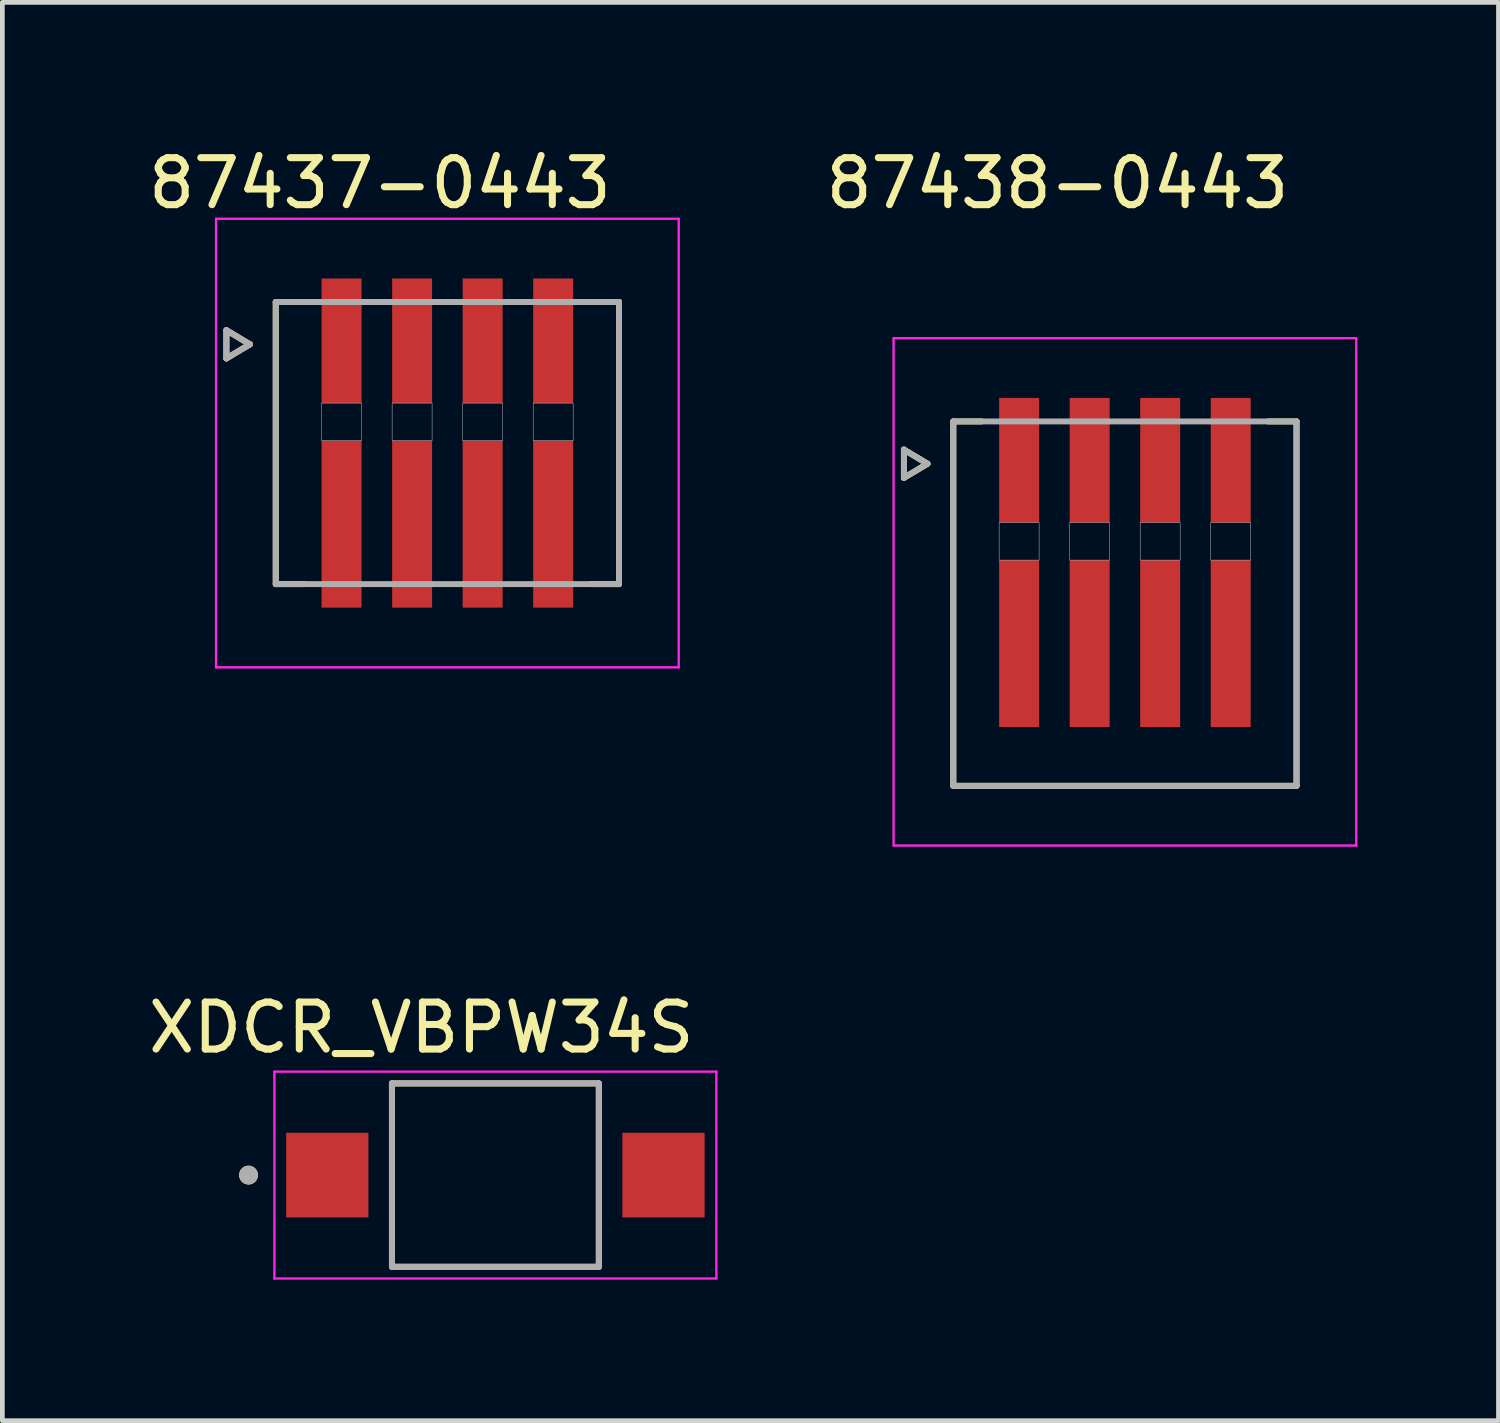
<source format=kicad_pcb>
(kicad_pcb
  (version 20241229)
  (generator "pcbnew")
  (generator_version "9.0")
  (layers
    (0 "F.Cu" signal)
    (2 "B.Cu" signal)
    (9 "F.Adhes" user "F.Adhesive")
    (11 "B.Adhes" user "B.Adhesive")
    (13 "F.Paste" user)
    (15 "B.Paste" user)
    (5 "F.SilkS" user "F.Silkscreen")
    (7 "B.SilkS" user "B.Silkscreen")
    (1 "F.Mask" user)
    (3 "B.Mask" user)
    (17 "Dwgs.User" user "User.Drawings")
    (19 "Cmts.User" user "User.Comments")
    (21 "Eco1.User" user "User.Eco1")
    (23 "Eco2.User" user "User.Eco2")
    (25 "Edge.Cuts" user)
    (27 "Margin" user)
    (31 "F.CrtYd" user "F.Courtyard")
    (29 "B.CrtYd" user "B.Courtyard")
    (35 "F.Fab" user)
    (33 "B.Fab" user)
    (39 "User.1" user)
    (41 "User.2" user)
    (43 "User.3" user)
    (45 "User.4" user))
  (footprint "87438-0443"
    (layer "F.Cu")
    (at 20.875 9.788)
    (property "Reference" "87438-0443" (at -1.435 -8.94 0) (layer "F.SilkS") (effects (font (size 1 1) (thickness 0.15))))
    (attr through_hole)
    (fp_poly (pts (xy -2.751 -4.451) (xy -1.749 -4.451) (xy -1.749 -1.649) (xy -2.751 -1.649)) (stroke (width 0.01) (type solid)) (fill yes) (layer "F.Mask"))
    (fp_poly (pts (xy -2.751 -1.001) (xy -1.749 -1.001) (xy -1.749 2.701) (xy -2.751 2.701)) (stroke (width 0.01) (type solid)) (fill yes) (layer "F.Mask"))
    (fp_poly (pts (xy -1.251 -4.451) (xy -0.249 -4.451) (xy -0.249 -1.649) (xy -1.251 -1.649)) (stroke (width 0.01) (type solid)) (fill yes) (layer "F.Mask"))
    (fp_poly (pts (xy -1.251 -1.001) (xy -0.249 -1.001) (xy -0.249 2.701) (xy -1.251 2.701)) (stroke (width 0.01) (type solid)) (fill yes) (layer "F.Mask"))
    (fp_poly (pts (xy 0.249 -4.451) (xy 1.251 -4.451) (xy 1.251 -1.649) (xy 0.249 -1.649)) (stroke (width 0.01) (type solid)) (fill yes) (layer "F.Mask"))
    (fp_poly (pts (xy 0.249 -1.001) (xy 1.251 -1.001) (xy 1.251 2.701) (xy 0.249 2.701)) (stroke (width 0.01) (type solid)) (fill yes) (layer "F.Mask"))
    (fp_poly (pts (xy 1.749 -4.451) (xy 2.751 -4.451) (xy 2.751 -1.649) (xy 1.749 -1.649)) (stroke (width 0.01) (type solid)) (fill yes) (layer "F.Mask"))
    (fp_poly (pts (xy 1.749 -1.001) (xy 2.751 -1.001) (xy 2.751 2.701) (xy 1.749 2.701)) (stroke (width 0.01) (type solid)) (fill yes) (layer "F.Mask"))
    (fp_line (start -4.7 -3.275) (end -4.7 -2.675) (stroke (width 0.127) (type solid)) (layer "F.SilkS"))
    (fp_line (start -4.7 -2.675) (end -4.2 -2.975) (stroke (width 0.127) (type solid)) (layer "F.SilkS"))
    (fp_line (start -4.2 -2.975) (end -4.7 -3.275) (stroke (width 0.127) (type solid)) (layer "F.SilkS"))
    (fp_line (start -3.65 3.875) (end -3.65 -3.875) (stroke (width 0.127) (type solid)) (layer "F.SilkS"))
    (fp_line (start -3.65 3.875) (end 3.65 3.875) (stroke (width 0.127) (type solid)) (layer "F.SilkS"))
    (fp_line (start -3.05 -3.875) (end -3.65 -3.875) (stroke (width 0.127) (type solid)) (layer "F.SilkS"))
    (fp_line (start 3.65 -3.875) (end 3.05 -3.875) (stroke (width 0.127) (type solid)) (layer "F.SilkS"))
    (fp_line (start 3.65 3.875) (end 3.65 -3.875) (stroke (width 0.127) (type solid)) (layer "F.SilkS"))
    (fp_poly (pts (xy -2.675 -1.725) (xy -1.825 -1.725) (xy -1.825 -0.925) (xy -2.675 -0.925)) (stroke (width 0.01) (type solid)) (fill no) (layer "Dwgs.User"))
    (fp_poly (pts (xy -1.175 -1.725) (xy -0.325 -1.725) (xy -0.325 -0.925) (xy -1.175 -0.925)) (stroke (width 0.01) (type solid)) (fill no) (layer "Dwgs.User"))
    (fp_poly (pts (xy 0.325 -1.725) (xy 1.175 -1.725) (xy 1.175 -0.925) (xy 0.325 -0.925)) (stroke (width 0.01) (type solid)) (fill no) (layer "Dwgs.User"))
    (fp_poly (pts (xy 1.825 -1.725) (xy 2.675 -1.725) (xy 2.675 -0.925) (xy 1.825 -0.925)) (stroke (width 0.01) (type solid)) (fill no) (layer "Dwgs.User"))
    (fp_line (start -4.92 -5.645) (end 4.92 -5.645) (stroke (width 0.05) (type solid)) (layer "F.CrtYd"))
    (fp_line (start -4.92 5.145) (end -4.92 -5.645) (stroke (width 0.05) (type solid)) (layer "F.CrtYd"))
    (fp_line (start 4.92 -5.645) (end 4.92 5.145) (stroke (width 0.05) (type solid)) (layer "F.CrtYd"))
    (fp_line (start 4.92 5.145) (end -4.92 5.145) (stroke (width 0.05) (type solid)) (layer "F.CrtYd"))
    (fp_line (start -4.7 -3.275) (end -4.2 -2.975) (stroke (width 0.127) (type solid)) (layer "F.Fab"))
    (fp_line (start -4.7 -2.675) (end -4.7 -3.275) (stroke (width 0.127) (type solid)) (layer "F.Fab"))
    (fp_line (start -4.2 -2.975) (end -4.7 -2.675) (stroke (width 0.127) (type solid)) (layer "F.Fab"))
    (fp_line (start -3.65 -3.875) (end 3.65 -3.875) (stroke (width 0.127) (type solid)) (layer "F.Fab"))
    (fp_line (start -3.65 3.875) (end -3.65 -3.875) (stroke (width 0.127) (type solid)) (layer "F.Fab"))
    (fp_line (start 3.65 -3.875) (end 3.65 3.875) (stroke (width 0.127) (type solid)) (layer "F.Fab"))
    (fp_line (start 3.65 3.875) (end -3.65 3.875) (stroke (width 0.127) (type solid)) (layer "F.Fab"))
    (pad "1_1" smd rect (at -2.25 -3.05) (size 0.85 2.65) (layers "F.Cu" "F.Paste"))
    (pad "1_2" smd rect (at -2.25 0.85) (size 0.85 3.55) (layers "F.Cu" "F.Paste"))
    (pad "2_1" smd rect (at -0.75 -3.05) (size 0.85 2.65) (layers "F.Cu" "F.Paste"))
    (pad "2_2" smd rect (at -0.75 0.85) (size 0.85 3.55) (layers "F.Cu" "F.Paste"))
    (pad "3_1" smd rect (at 0.75 -3.05) (size 0.85 2.65) (layers "F.Cu" "F.Paste"))
    (pad "3_2" smd rect (at 0.75 0.85) (size 0.85 3.55) (layers "F.Cu" "F.Paste"))
    (pad "4_1" smd rect (at 2.25 -3.05) (size 0.85 2.65) (layers "F.Cu" "F.Paste"))
    (pad "4_2" smd rect (at 2.25 0.85) (size 0.85 3.55) (layers "F.Cu" "F.Paste")))
  (footprint "XDCR_VBPW34S"
    (layer "F.Cu")
    (at 7.486 21.942)
    (property "Reference" "XDCR_VBPW34S" (at -1.575 -3.135 0) (layer "F.SilkS") (effects (font (size 1 1) (thickness 0.15))))
    (attr through_hole)
    (fp_line (start -2.2 -1.95) (end -2.2 1.95) (stroke (width 0.127) (type solid)) (layer "F.SilkS"))
    (fp_line (start -2.2 1.95) (end 2.2 1.95) (stroke (width 0.127) (type solid)) (layer "F.SilkS"))
    (fp_line (start 2.2 -1.95) (end -2.2 -1.95) (stroke (width 0.127) (type solid)) (layer "F.SilkS"))
    (fp_line (start 2.2 1.95) (end 2.2 -1.95) (stroke (width 0.127) (type solid)) (layer "F.SilkS"))
    (fp_circle (center -5.25 0) (end -5.15 0) (stroke (width 0.2) (type solid)) (fill no) (layer "F.SilkS"))
    (fp_line (start -4.7 -2.2) (end 4.7 -2.2) (stroke (width 0.05) (type solid)) (layer "F.CrtYd"))
    (fp_line (start -4.7 2.2) (end -4.7 -2.2) (stroke (width 0.05) (type solid)) (layer "F.CrtYd"))
    (fp_line (start 4.7 -2.2) (end 4.7 2.2) (stroke (width 0.05) (type solid)) (layer "F.CrtYd"))
    (fp_line (start 4.7 2.2) (end -4.7 2.2) (stroke (width 0.05) (type solid)) (layer "F.CrtYd"))
    (fp_line (start -2.2 -1.95) (end 2.2 -1.95) (stroke (width 0.127) (type solid)) (layer "F.Fab"))
    (fp_line (start -2.2 1.95) (end -2.2 -1.95) (stroke (width 0.127) (type solid)) (layer "F.Fab"))
    (fp_line (start 2.2 -1.95) (end 2.2 1.95) (stroke (width 0.127) (type solid)) (layer "F.Fab"))
    (fp_line (start 2.2 1.95) (end -2.2 1.95) (stroke (width 0.127) (type solid)) (layer "F.Fab"))
    (fp_circle (center -5.25 0) (end -5.15 0) (stroke (width 0.2) (type solid)) (fill no) (layer "F.Fab"))
    (pad "A" smd rect (at 3.575 0) (size 1.75 1.8) (layers "F.Cu" "F.Mask" "F.Paste"))
    (pad "K" smd rect (at -3.575 0) (size 1.75 1.8) (layers "F.Cu" "F.Mask" "F.Paste")))
  (footprint "87437-0443"
    (layer "F.Cu")
    (at 6.465 6.373)
    (property "Reference" "87437-0443" (at -1.435 -5.525 0) (layer "F.SilkS") (effects (font (size 1 1) (thickness 0.15))))
    (attr through_hole)
    (fp_poly (pts (xy -2.751 -3.576) (xy -1.749 -3.576) (xy -1.749 -0.774) (xy -2.751 -0.774)) (stroke (width 0.01) (type solid)) (fill yes) (layer "F.Mask"))
    (fp_poly (pts (xy -2.751 -0.126) (xy -1.749 -0.126) (xy -1.749 3.576) (xy -2.751 3.576)) (stroke (width 0.01) (type solid)) (fill yes) (layer "F.Mask"))
    (fp_poly (pts (xy -1.251 -3.576) (xy -0.249 -3.576) (xy -0.249 -0.774) (xy -1.251 -0.774)) (stroke (width 0.01) (type solid)) (fill yes) (layer "F.Mask"))
    (fp_poly (pts (xy -1.251 -0.126) (xy -0.249 -0.126) (xy -0.249 3.576) (xy -1.251 3.576)) (stroke (width 0.01) (type solid)) (fill yes) (layer "F.Mask"))
    (fp_poly (pts (xy 0.249 -3.576) (xy 1.251 -3.576) (xy 1.251 -0.774) (xy 0.249 -0.774)) (stroke (width 0.01) (type solid)) (fill yes) (layer "F.Mask"))
    (fp_poly (pts (xy 0.249 -0.126) (xy 1.251 -0.126) (xy 1.251 3.576) (xy 0.249 3.576)) (stroke (width 0.01) (type solid)) (fill yes) (layer "F.Mask"))
    (fp_poly (pts (xy 1.749 -3.576) (xy 2.751 -3.576) (xy 2.751 -0.774) (xy 1.749 -0.774)) (stroke (width 0.01) (type solid)) (fill yes) (layer "F.Mask"))
    (fp_poly (pts (xy 1.749 -0.126) (xy 2.751 -0.126) (xy 2.751 3.576) (xy 1.749 3.576)) (stroke (width 0.01) (type solid)) (fill yes) (layer "F.Mask"))
    (fp_line (start -4.7 -2.4) (end -4.7 -1.8) (stroke (width 0.127) (type solid)) (layer "F.SilkS"))
    (fp_line (start -4.7 -1.8) (end -4.2 -2.1) (stroke (width 0.127) (type solid)) (layer "F.SilkS"))
    (fp_line (start -4.2 -2.1) (end -4.7 -2.4) (stroke (width 0.127) (type solid)) (layer "F.SilkS"))
    (fp_line (start -3.65 3) (end -3.65 -3) (stroke (width 0.127) (type solid)) (layer "F.SilkS"))
    (fp_line (start -3.65 3) (end -3.05 3) (stroke (width 0.127) (type solid)) (layer "F.SilkS"))
    (fp_line (start -3.05 -3) (end -3.65 -3) (stroke (width 0.127) (type solid)) (layer "F.SilkS"))
    (fp_line (start 3.65 -3) (end 3.05 -3) (stroke (width 0.127) (type solid)) (layer "F.SilkS"))
    (fp_line (start 3.65 3) (end 3.05 3) (stroke (width 0.127) (type solid)) (layer "F.SilkS"))
    (fp_line (start 3.65 3) (end 3.65 -3) (stroke (width 0.127) (type solid)) (layer "F.SilkS"))
    (fp_poly (pts (xy -2.675 -0.85) (xy -1.825 -0.85) (xy -1.825 -0.05) (xy -2.675 -0.05)) (stroke (width 0.01) (type solid)) (fill no) (layer "Dwgs.User"))
    (fp_poly (pts (xy -1.175 -0.85) (xy -0.325 -0.85) (xy -0.325 -0.05) (xy -1.175 -0.05)) (stroke (width 0.01) (type solid)) (fill no) (layer "Dwgs.User"))
    (fp_poly (pts (xy 0.325 -0.85) (xy 1.175 -0.85) (xy 1.175 -0.05) (xy 0.325 -0.05)) (stroke (width 0.01) (type solid)) (fill no) (layer "Dwgs.User"))
    (fp_poly (pts (xy 1.825 -0.85) (xy 2.675 -0.85) (xy 2.675 -0.05) (xy 1.825 -0.05)) (stroke (width 0.01) (type solid)) (fill no) (layer "Dwgs.User"))
    (fp_line (start -4.92 -4.77) (end 4.92 -4.77) (stroke (width 0.05) (type solid)) (layer "F.CrtYd"))
    (fp_line (start -4.92 4.77) (end -4.92 -4.77) (stroke (width 0.05) (type solid)) (layer "F.CrtYd"))
    (fp_line (start 4.92 -4.77) (end 4.92 4.77) (stroke (width 0.05) (type solid)) (layer "F.CrtYd"))
    (fp_line (start 4.92 4.77) (end -4.92 4.77) (stroke (width 0.05) (type solid)) (layer "F.CrtYd"))
    (fp_line (start -4.7 -2.4) (end -4.2 -2.1) (stroke (width 0.127) (type solid)) (layer "F.Fab"))
    (fp_line (start -4.7 -1.8) (end -4.7 -2.4) (stroke (width 0.127) (type solid)) (layer "F.Fab"))
    (fp_line (start -4.2 -2.1) (end -4.7 -1.8) (stroke (width 0.127) (type solid)) (layer "F.Fab"))
    (fp_line (start -3.65 -3) (end 3.65 -3) (stroke (width 0.127) (type solid)) (layer "F.Fab"))
    (fp_line (start -3.65 3) (end -3.65 -3) (stroke (width 0.127) (type solid)) (layer "F.Fab"))
    (fp_line (start 3.65 -3) (end 3.65 3) (stroke (width 0.127) (type solid)) (layer "F.Fab"))
    (fp_line (start 3.65 3) (end -3.65 3) (stroke (width 0.127) (type solid)) (layer "F.Fab"))
    (pad "1_1" smd rect (at -2.25 -2.175) (size 0.85 2.65) (layers "F.Cu" "F.Paste"))
    (pad "1_2" smd rect (at -2.25 1.725) (size 0.85 3.55) (layers "F.Cu" "F.Paste"))
    (pad "2_1" smd rect (at -0.75 -2.175) (size 0.85 2.65) (layers "F.Cu" "F.Paste"))
    (pad "2_2" smd rect (at -0.75 1.725) (size 0.85 3.55) (layers "F.Cu" "F.Paste"))
    (pad "3_1" smd rect (at 0.75 -2.175) (size 0.85 2.65) (layers "F.Cu" "F.Paste"))
    (pad "3_2" smd rect (at 0.75 1.725) (size 0.85 3.55) (layers "F.Cu" "F.Paste"))
    (pad "4_1" smd rect (at 2.25 -2.175) (size 0.85 2.65) (layers "F.Cu" "F.Paste"))
    (pad "4_2" smd rect (at 2.25 1.725) (size 0.85 3.55) (layers "F.Cu" "F.Paste")))
  (gr_rect
    (start -3 -3)
    (end 28.82 27.166)
    (stroke (width 0.1) (type default))
    (fill no)
    (layer "Edge.Cuts")))
</source>
